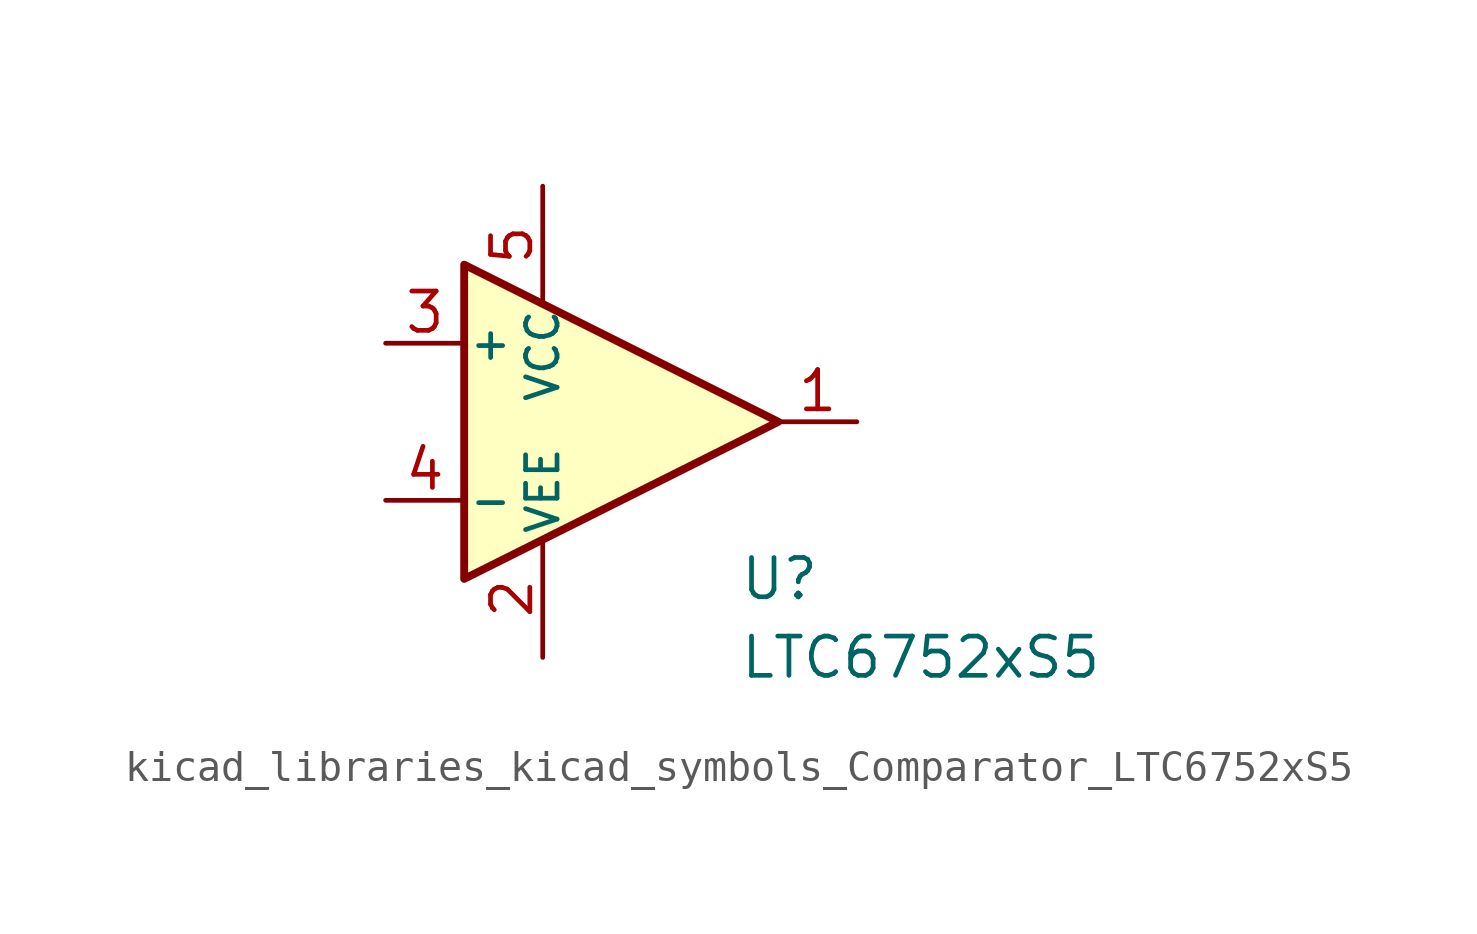
<source format=kicad_sym>
(kicad_symbol_lib
  (version 20220914)
  (generator kicad_symbol_editor)
  (symbol "kicad_libraries_kicad_symbols_Comparator_LTC6752xS5"
    (pin_names
      (offset 0.127))
    (property "Reference" "U"
      (at 3.81 -5.08 0)
      (effects (font (size 1.27 1.27)) (justify left)))
    (property "Value" "LTC6752xS5"
      (at 3.81 -7.62 0)
      (effects (font (size 1.27 1.27)) (justify left)))
    (symbol "kicad_libraries_kicad_symbols_Comparator_LTC6752xS5_1_1"
      (polyline (pts (xy -5.08 5.08) (xy 5.08 0) (xy -5.08 -5.08) (xy -5.08 5.08)) (stroke (width 0.254) (type default)) (fill (type background)))
      (pin output line (at 7.62 0 180) (length 2.54) (name "~" (effects (font (size 1.27 1.27)))) (number "1" (effects (font (size 1.27 1.27)))))
      (pin power_in line (at -2.54 -7.62 90) (length 3.81) (name "VEE" (effects (font (size 1.016 1.016)))) (number "2" (effects (font (size 1.27 1.27)))))
      (pin input line (at -7.62 2.54 0) (length 2.54) (name "+" (effects (font (size 1.016 1.016)))) (number "3" (effects (font (size 1.27 1.27)))))
      (pin input line (at -7.62 -2.54 0) (length 2.54) (name "-" (effects (font (size 1.016 1.016)))) (number "4" (effects (font (size 1.27 1.27)))))
      (pin power_in line (at -2.54 7.62 270) (length 3.81) (name "VCC" (effects (font (size 1.016 1.016)))) (number "5" (effects (font (size 1.27 1.27))))))))
</source>
